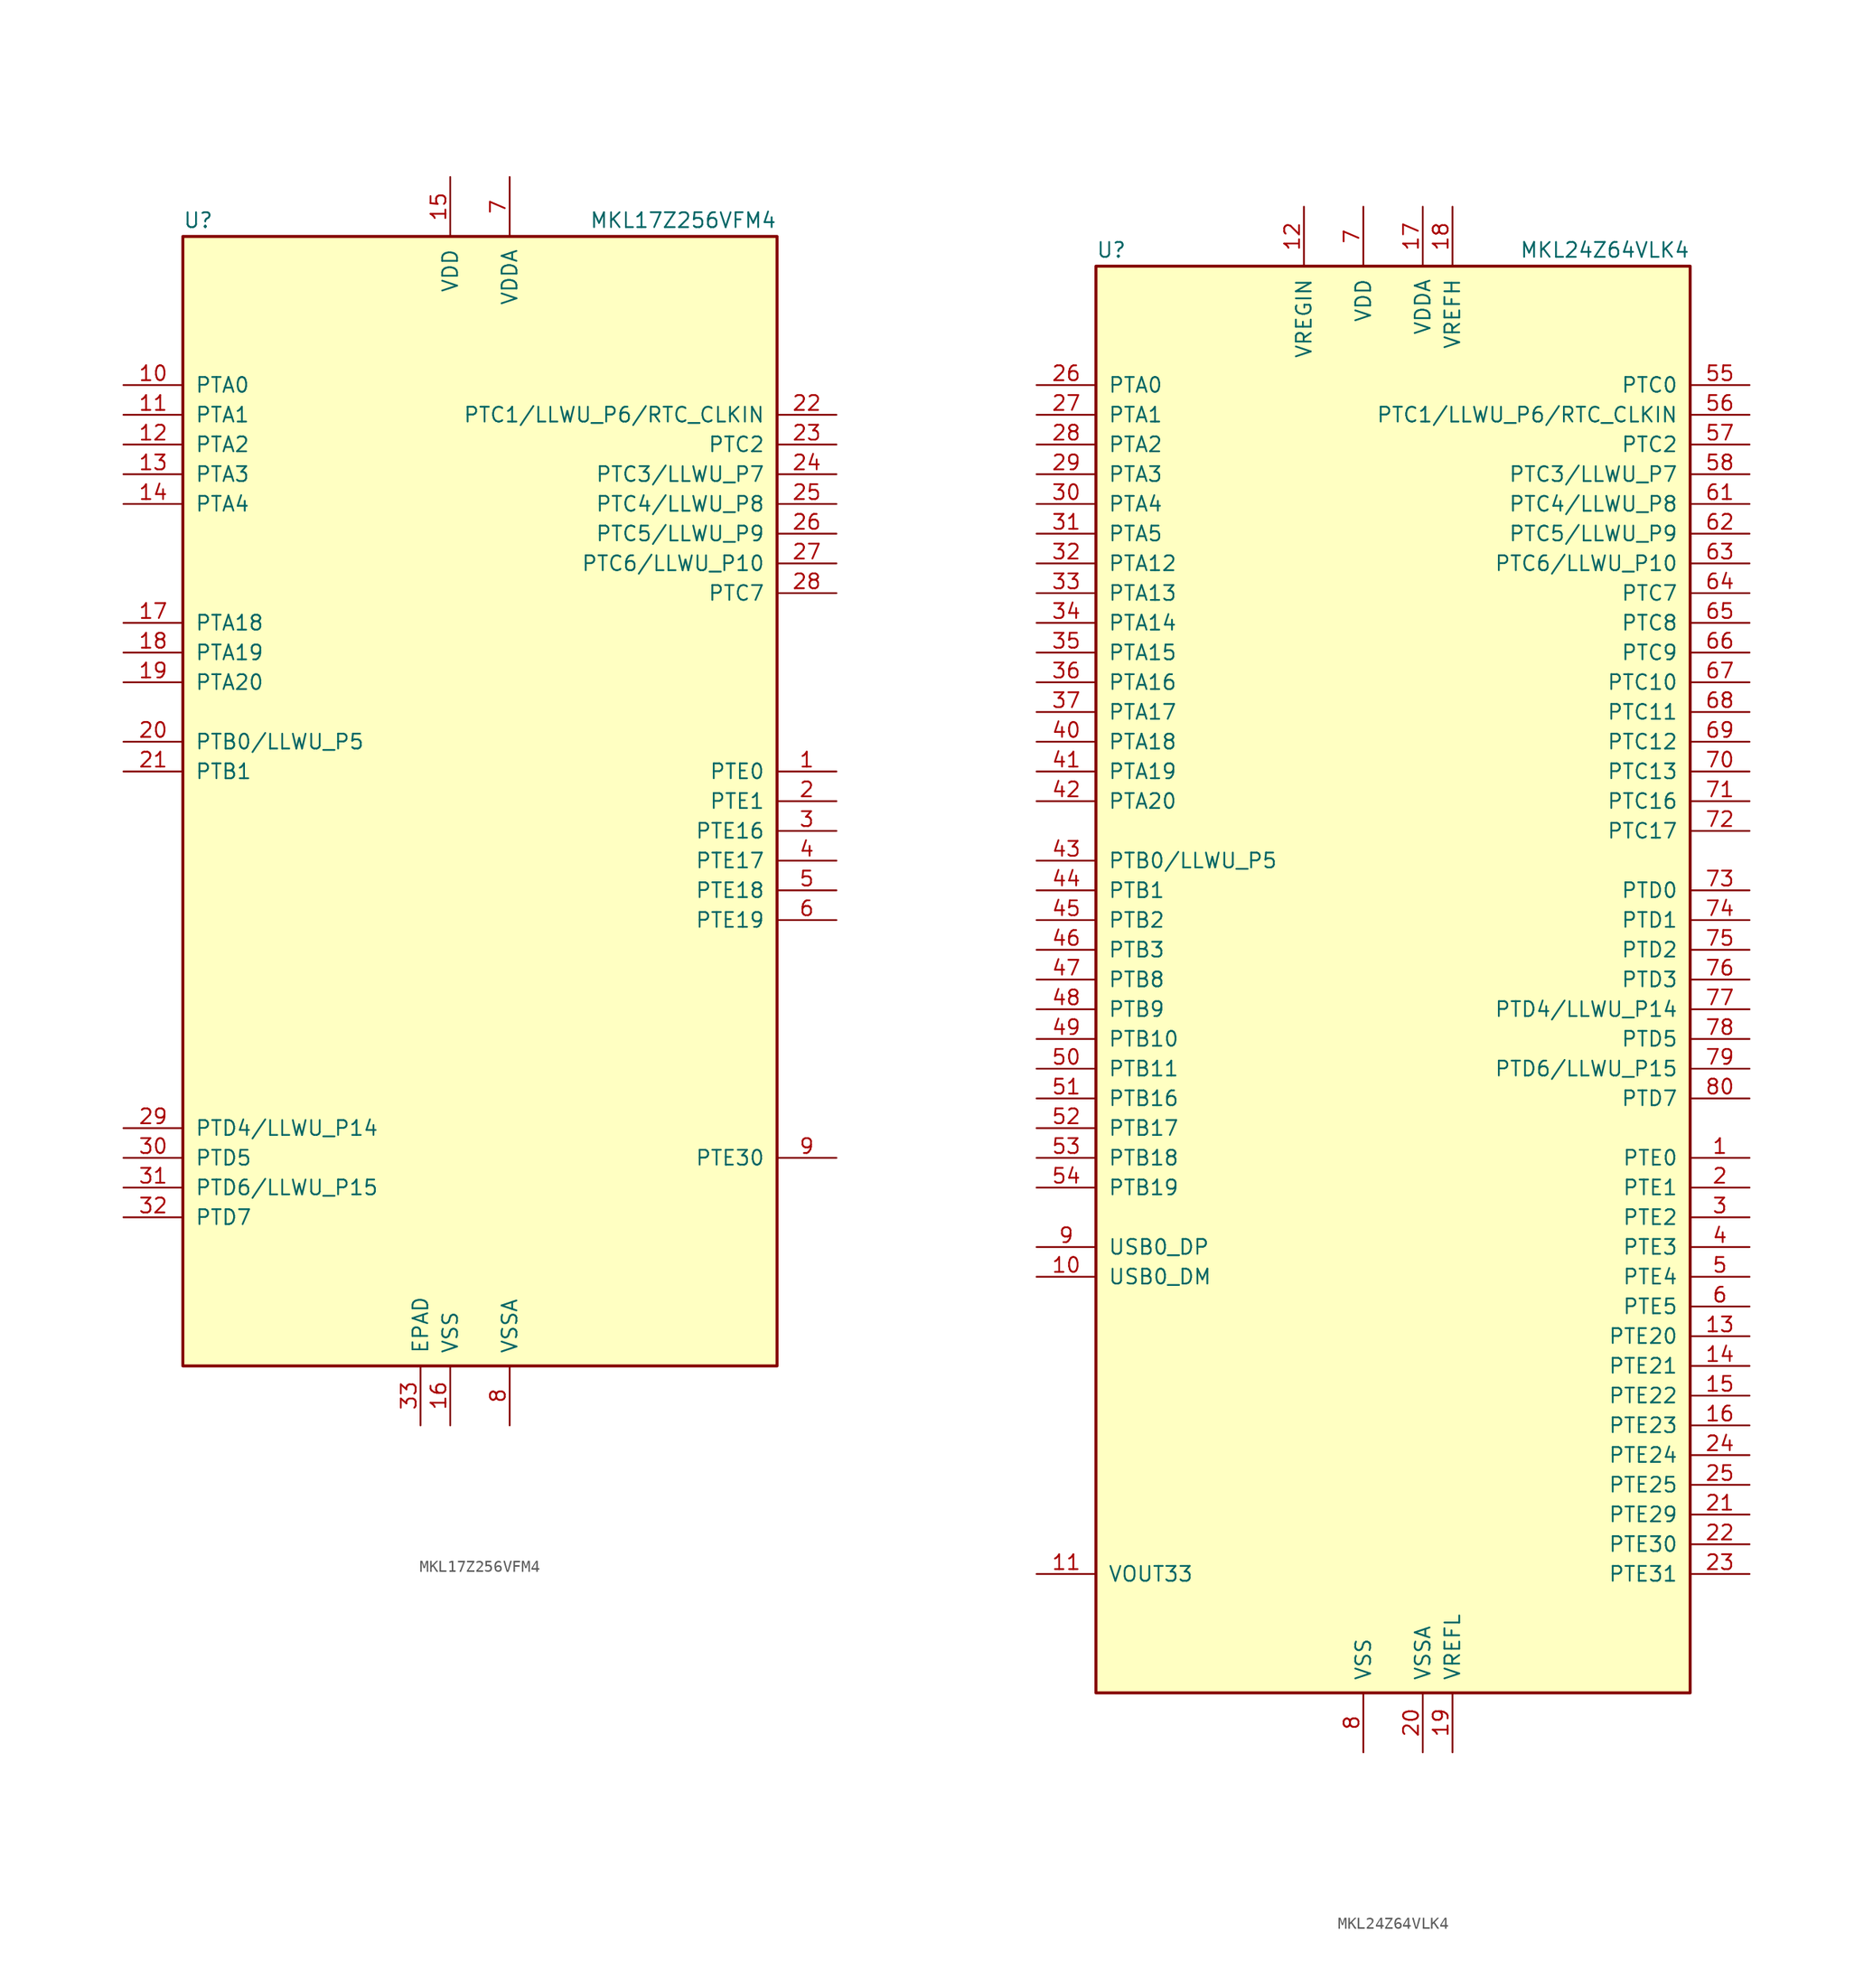
<source format=kicad_sym>
(kicad_symbol_lib
  (version 20211014)
  (generator kicad_symbol_editor)
  (symbol "MKL17Z256VFM4"
    (pin_names
      (offset 1.016))
    (property "Reference" "U"
      (at -25.4 48.895 0)
      (effects (font (size 1.27 1.27)) (justify left bottom)))
    (property "Value" "MKL17Z256VFM4"
      (at 25.4 48.895 0)
      (effects (font (size 1.27 1.27)) (justify right bottom)))
    (symbol "MKL17Z256VFM4_0_1"
      (rectangle (start -25.4 48.26) (end 25.4 -48.26) (stroke (width 0.254) (type default) (color 0 0 0 0)) (fill (type background))))
    (symbol "MKL17Z256VFM4_1_1"
      (pin bidirectional line (at 30.48 2.54 180) (length 5.08) (name "PTE0" (effects (font (size 1.27 1.27)))) (number "1" (effects (font (size 1.27 1.27)))))
      (pin bidirectional line (at -30.48 35.56 0) (length 5.08) (name "PTA0" (effects (font (size 1.27 1.27)))) (number "10" (effects (font (size 1.27 1.27)))))
      (pin bidirectional line (at -30.48 33.02 0) (length 5.08) (name "PTA1" (effects (font (size 1.27 1.27)))) (number "11" (effects (font (size 1.27 1.27)))))
      (pin bidirectional line (at -30.48 30.48 0) (length 5.08) (name "PTA2" (effects (font (size 1.27 1.27)))) (number "12" (effects (font (size 1.27 1.27)))))
      (pin bidirectional line (at -30.48 27.94 0) (length 5.08) (name "PTA3" (effects (font (size 1.27 1.27)))) (number "13" (effects (font (size 1.27 1.27)))))
      (pin bidirectional line (at -30.48 25.4 0) (length 5.08) (name "PTA4" (effects (font (size 1.27 1.27)))) (number "14" (effects (font (size 1.27 1.27)))))
      (pin power_in line (at -2.54 53.34 270) (length 5.08) (name "VDD" (effects (font (size 1.27 1.27)))) (number "15" (effects (font (size 1.27 1.27)))))
      (pin power_in line (at -2.54 -53.34 90) (length 5.08) (name "VSS" (effects (font (size 1.27 1.27)))) (number "16" (effects (font (size 1.27 1.27)))))
      (pin bidirectional line (at -30.48 15.24 0) (length 5.08) (name "PTA18" (effects (font (size 1.27 1.27)))) (number "17" (effects (font (size 1.27 1.27)))))
      (pin bidirectional line (at -30.48 12.7 0) (length 5.08) (name "PTA19" (effects (font (size 1.27 1.27)))) (number "18" (effects (font (size 1.27 1.27)))))
      (pin bidirectional line (at -30.48 10.16 0) (length 5.08) (name "PTA20" (effects (font (size 1.27 1.27)))) (number "19" (effects (font (size 1.27 1.27)))))
      (pin bidirectional line (at 30.48 0 180) (length 5.08) (name "PTE1" (effects (font (size 1.27 1.27)))) (number "2" (effects (font (size 1.27 1.27)))))
      (pin bidirectional line (at -30.48 5.08 0) (length 5.08) (name "PTB0/LLWU_P5" (effects (font (size 1.27 1.27)))) (number "20" (effects (font (size 1.27 1.27)))))
      (pin bidirectional line (at -30.48 2.54 0) (length 5.08) (name "PTB1" (effects (font (size 1.27 1.27)))) (number "21" (effects (font (size 1.27 1.27)))))
      (pin bidirectional line (at 30.48 33.02 180) (length 5.08) (name "PTC1/LLWU_P6/RTC_CLKIN" (effects (font (size 1.27 1.27)))) (number "22" (effects (font (size 1.27 1.27)))))
      (pin bidirectional line (at 30.48 30.48 180) (length 5.08) (name "PTC2" (effects (font (size 1.27 1.27)))) (number "23" (effects (font (size 1.27 1.27)))))
      (pin bidirectional line (at 30.48 27.94 180) (length 5.08) (name "PTC3/LLWU_P7" (effects (font (size 1.27 1.27)))) (number "24" (effects (font (size 1.27 1.27)))))
      (pin bidirectional line (at 30.48 25.4 180) (length 5.08) (name "PTC4/LLWU_P8" (effects (font (size 1.27 1.27)))) (number "25" (effects (font (size 1.27 1.27)))))
      (pin bidirectional line (at 30.48 22.86 180) (length 5.08) (name "PTC5/LLWU_P9" (effects (font (size 1.27 1.27)))) (number "26" (effects (font (size 1.27 1.27)))))
      (pin bidirectional line (at 30.48 20.32 180) (length 5.08) (name "PTC6/LLWU_P10" (effects (font (size 1.27 1.27)))) (number "27" (effects (font (size 1.27 1.27)))))
      (pin bidirectional line (at 30.48 17.78 180) (length 5.08) (name "PTC7" (effects (font (size 1.27 1.27)))) (number "28" (effects (font (size 1.27 1.27)))))
      (pin bidirectional line (at -30.48 -27.94 0) (length 5.08) (name "PTD4/LLWU_P14" (effects (font (size 1.27 1.27)))) (number "29" (effects (font (size 1.27 1.27)))))
      (pin bidirectional line (at 30.48 -2.54 180) (length 5.08) (name "PTE16" (effects (font (size 1.27 1.27)))) (number "3" (effects (font (size 1.27 1.27)))))
      (pin bidirectional line (at -30.48 -30.48 0) (length 5.08) (name "PTD5" (effects (font (size 1.27 1.27)))) (number "30" (effects (font (size 1.27 1.27)))))
      (pin bidirectional line (at -30.48 -33.02 0) (length 5.08) (name "PTD6/LLWU_P15" (effects (font (size 1.27 1.27)))) (number "31" (effects (font (size 1.27 1.27)))))
      (pin bidirectional line (at -30.48 -35.56 0) (length 5.08) (name "PTD7" (effects (font (size 1.27 1.27)))) (number "32" (effects (font (size 1.27 1.27)))))
      (pin power_in line (at -5.08 -53.34 90) (length 5.08) (name "EPAD" (effects (font (size 1.27 1.27)))) (number "33" (effects (font (size 1.27 1.27)))))
      (pin bidirectional line (at 30.48 -5.08 180) (length 5.08) (name "PTE17" (effects (font (size 1.27 1.27)))) (number "4" (effects (font (size 1.27 1.27)))))
      (pin bidirectional line (at 30.48 -7.62 180) (length 5.08) (name "PTE18" (effects (font (size 1.27 1.27)))) (number "5" (effects (font (size 1.27 1.27)))))
      (pin bidirectional line (at 30.48 -10.16 180) (length 5.08) (name "PTE19" (effects (font (size 1.27 1.27)))) (number "6" (effects (font (size 1.27 1.27)))))
      (pin power_in line (at 2.54 53.34 270) (length 5.08) (name "VDDA" (effects (font (size 1.27 1.27)))) (number "7" (effects (font (size 1.27 1.27)))))
      (pin power_in line (at 2.54 -53.34 90) (length 5.08) (name "VSSA" (effects (font (size 1.27 1.27)))) (number "8" (effects (font (size 1.27 1.27)))))
      (pin bidirectional line (at 30.48 -30.48 180) (length 5.08) (name "PTE30" (effects (font (size 1.27 1.27)))) (number "9" (effects (font (size 1.27 1.27)))))))
  (symbol "MKL24Z64VLK4"
    (pin_names
      (offset 1.016))
    (property "Reference" "U"
      (at -25.4 61.595 0)
      (effects (font (size 1.27 1.27)) (justify left bottom)))
    (property "Value" "MKL24Z64VLK4"
      (at 25.4 61.595 0)
      (effects (font (size 1.27 1.27)) (justify right bottom)))
    (symbol "MKL24Z64VLK4_0_1"
      (rectangle (start -25.4 60.96) (end 25.4 -60.96) (stroke (width 0.254) (type default) (color 0 0 0 0)) (fill (type background))))
    (symbol "MKL24Z64VLK4_1_1"
      (pin bidirectional line (at 30.48 -15.24 180) (length 5.08) (name "PTE0" (effects (font (size 1.27 1.27)))) (number "1" (effects (font (size 1.27 1.27)))))
      (pin bidirectional line (at -30.48 -25.4 0) (length 5.08) (name "USB0_DM" (effects (font (size 1.27 1.27)))) (number "10" (effects (font (size 1.27 1.27)))))
      (pin power_out line (at -30.48 -50.8 0) (length 5.08) (name "VOUT33" (effects (font (size 1.27 1.27)))) (number "11" (effects (font (size 1.27 1.27)))))
      (pin power_in line (at -7.62 66.04 270) (length 5.08) (name "VREGIN" (effects (font (size 1.27 1.27)))) (number "12" (effects (font (size 1.27 1.27)))))
      (pin bidirectional line (at 30.48 -30.48 180) (length 5.08) (name "PTE20" (effects (font (size 1.27 1.27)))) (number "13" (effects (font (size 1.27 1.27)))))
      (pin bidirectional line (at 30.48 -33.02 180) (length 5.08) (name "PTE21" (effects (font (size 1.27 1.27)))) (number "14" (effects (font (size 1.27 1.27)))))
      (pin bidirectional line (at 30.48 -35.56 180) (length 5.08) (name "PTE22" (effects (font (size 1.27 1.27)))) (number "15" (effects (font (size 1.27 1.27)))))
      (pin bidirectional line (at 30.48 -38.1 180) (length 5.08) (name "PTE23" (effects (font (size 1.27 1.27)))) (number "16" (effects (font (size 1.27 1.27)))))
      (pin power_in line (at 2.54 66.04 270) (length 5.08) (name "VDDA" (effects (font (size 1.27 1.27)))) (number "17" (effects (font (size 1.27 1.27)))))
      (pin power_in line (at 5.08 66.04 270) (length 5.08) (name "VREFH" (effects (font (size 1.27 1.27)))) (number "18" (effects (font (size 1.27 1.27)))))
      (pin power_in line (at 5.08 -66.04 90) (length 5.08) (name "VREFL" (effects (font (size 1.27 1.27)))) (number "19" (effects (font (size 1.27 1.27)))))
      (pin bidirectional line (at 30.48 -17.78 180) (length 5.08) (name "PTE1" (effects (font (size 1.27 1.27)))) (number "2" (effects (font (size 1.27 1.27)))))
      (pin power_in line (at 2.54 -66.04 90) (length 5.08) (name "VSSA" (effects (font (size 1.27 1.27)))) (number "20" (effects (font (size 1.27 1.27)))))
      (pin bidirectional line (at 30.48 -45.72 180) (length 5.08) (name "PTE29" (effects (font (size 1.27 1.27)))) (number "21" (effects (font (size 1.27 1.27)))))
      (pin bidirectional line (at 30.48 -48.26 180) (length 5.08) (name "PTE30" (effects (font (size 1.27 1.27)))) (number "22" (effects (font (size 1.27 1.27)))))
      (pin bidirectional line (at 30.48 -50.8 180) (length 5.08) (name "PTE31" (effects (font (size 1.27 1.27)))) (number "23" (effects (font (size 1.27 1.27)))))
      (pin bidirectional line (at 30.48 -40.64 180) (length 5.08) (name "PTE24" (effects (font (size 1.27 1.27)))) (number "24" (effects (font (size 1.27 1.27)))))
      (pin bidirectional line (at 30.48 -43.18 180) (length 5.08) (name "PTE25" (effects (font (size 1.27 1.27)))) (number "25" (effects (font (size 1.27 1.27)))))
      (pin bidirectional line (at -30.48 50.8 0) (length 5.08) (name "PTA0" (effects (font (size 1.27 1.27)))) (number "26" (effects (font (size 1.27 1.27)))))
      (pin bidirectional line (at -30.48 48.26 0) (length 5.08) (name "PTA1" (effects (font (size 1.27 1.27)))) (number "27" (effects (font (size 1.27 1.27)))))
      (pin bidirectional line (at -30.48 45.72 0) (length 5.08) (name "PTA2" (effects (font (size 1.27 1.27)))) (number "28" (effects (font (size 1.27 1.27)))))
      (pin bidirectional line (at -30.48 43.18 0) (length 5.08) (name "PTA3" (effects (font (size 1.27 1.27)))) (number "29" (effects (font (size 1.27 1.27)))))
      (pin bidirectional line (at 30.48 -20.32 180) (length 5.08) (name "PTE2" (effects (font (size 1.27 1.27)))) (number "3" (effects (font (size 1.27 1.27)))))
      (pin bidirectional line (at -30.48 40.64 0) (length 5.08) (name "PTA4" (effects (font (size 1.27 1.27)))) (number "30" (effects (font (size 1.27 1.27)))))
      (pin bidirectional line (at -30.48 38.1 0) (length 5.08) (name "PTA5" (effects (font (size 1.27 1.27)))) (number "31" (effects (font (size 1.27 1.27)))))
      (pin bidirectional line (at -30.48 35.56 0) (length 5.08) (name "PTA12" (effects (font (size 1.27 1.27)))) (number "32" (effects (font (size 1.27 1.27)))))
      (pin bidirectional line (at -30.48 33.02 0) (length 5.08) (name "PTA13" (effects (font (size 1.27 1.27)))) (number "33" (effects (font (size 1.27 1.27)))))
      (pin bidirectional line (at -30.48 30.48 0) (length 5.08) (name "PTA14" (effects (font (size 1.27 1.27)))) (number "34" (effects (font (size 1.27 1.27)))))
      (pin bidirectional line (at -30.48 27.94 0) (length 5.08) (name "PTA15" (effects (font (size 1.27 1.27)))) (number "35" (effects (font (size 1.27 1.27)))))
      (pin bidirectional line (at -30.48 25.4 0) (length 5.08) (name "PTA16" (effects (font (size 1.27 1.27)))) (number "36" (effects (font (size 1.27 1.27)))))
      (pin bidirectional line (at -30.48 22.86 0) (length 5.08) (name "PTA17" (effects (font (size 1.27 1.27)))) (number "37" (effects (font (size 1.27 1.27)))))
      (pin passive line (at -2.54 66.04 270) (length 5.08) hide (name "VDD" (effects (font (size 1.27 1.27)))) (number "38" (effects (font (size 1.27 1.27)))))
      (pin passive line (at -2.54 -66.04 90) (length 5.08) hide (name "VSS" (effects (font (size 1.27 1.27)))) (number "39" (effects (font (size 1.27 1.27)))))
      (pin bidirectional line (at 30.48 -22.86 180) (length 5.08) (name "PTE3" (effects (font (size 1.27 1.27)))) (number "4" (effects (font (size 1.27 1.27)))))
      (pin bidirectional line (at -30.48 20.32 0) (length 5.08) (name "PTA18" (effects (font (size 1.27 1.27)))) (number "40" (effects (font (size 1.27 1.27)))))
      (pin bidirectional line (at -30.48 17.78 0) (length 5.08) (name "PTA19" (effects (font (size 1.27 1.27)))) (number "41" (effects (font (size 1.27 1.27)))))
      (pin bidirectional line (at -30.48 15.24 0) (length 5.08) (name "PTA20" (effects (font (size 1.27 1.27)))) (number "42" (effects (font (size 1.27 1.27)))))
      (pin bidirectional line (at -30.48 10.16 0) (length 5.08) (name "PTB0/LLWU_P5" (effects (font (size 1.27 1.27)))) (number "43" (effects (font (size 1.27 1.27)))))
      (pin bidirectional line (at -30.48 7.62 0) (length 5.08) (name "PTB1" (effects (font (size 1.27 1.27)))) (number "44" (effects (font (size 1.27 1.27)))))
      (pin bidirectional line (at -30.48 5.08 0) (length 5.08) (name "PTB2" (effects (font (size 1.27 1.27)))) (number "45" (effects (font (size 1.27 1.27)))))
      (pin bidirectional line (at -30.48 2.54 0) (length 5.08) (name "PTB3" (effects (font (size 1.27 1.27)))) (number "46" (effects (font (size 1.27 1.27)))))
      (pin bidirectional line (at -30.48 0 0) (length 5.08) (name "PTB8" (effects (font (size 1.27 1.27)))) (number "47" (effects (font (size 1.27 1.27)))))
      (pin bidirectional line (at -30.48 -2.54 0) (length 5.08) (name "PTB9" (effects (font (size 1.27 1.27)))) (number "48" (effects (font (size 1.27 1.27)))))
      (pin bidirectional line (at -30.48 -5.08 0) (length 5.08) (name "PTB10" (effects (font (size 1.27 1.27)))) (number "49" (effects (font (size 1.27 1.27)))))
      (pin bidirectional line (at 30.48 -25.4 180) (length 5.08) (name "PTE4" (effects (font (size 1.27 1.27)))) (number "5" (effects (font (size 1.27 1.27)))))
      (pin bidirectional line (at -30.48 -7.62 0) (length 5.08) (name "PTB11" (effects (font (size 1.27 1.27)))) (number "50" (effects (font (size 1.27 1.27)))))
      (pin bidirectional line (at -30.48 -10.16 0) (length 5.08) (name "PTB16" (effects (font (size 1.27 1.27)))) (number "51" (effects (font (size 1.27 1.27)))))
      (pin bidirectional line (at -30.48 -12.7 0) (length 5.08) (name "PTB17" (effects (font (size 1.27 1.27)))) (number "52" (effects (font (size 1.27 1.27)))))
      (pin bidirectional line (at -30.48 -15.24 0) (length 5.08) (name "PTB18" (effects (font (size 1.27 1.27)))) (number "53" (effects (font (size 1.27 1.27)))))
      (pin bidirectional line (at -30.48 -17.78 0) (length 5.08) (name "PTB19" (effects (font (size 1.27 1.27)))) (number "54" (effects (font (size 1.27 1.27)))))
      (pin bidirectional line (at 30.48 50.8 180) (length 5.08) (name "PTC0" (effects (font (size 1.27 1.27)))) (number "55" (effects (font (size 1.27 1.27)))))
      (pin bidirectional line (at 30.48 48.26 180) (length 5.08) (name "PTC1/LLWU_P6/RTC_CLKIN" (effects (font (size 1.27 1.27)))) (number "56" (effects (font (size 1.27 1.27)))))
      (pin bidirectional line (at 30.48 45.72 180) (length 5.08) (name "PTC2" (effects (font (size 1.27 1.27)))) (number "57" (effects (font (size 1.27 1.27)))))
      (pin bidirectional line (at 30.48 43.18 180) (length 5.08) (name "PTC3/LLWU_P7" (effects (font (size 1.27 1.27)))) (number "58" (effects (font (size 1.27 1.27)))))
      (pin passive line (at -2.54 -66.04 90) (length 5.08) hide (name "VSS" (effects (font (size 1.27 1.27)))) (number "59" (effects (font (size 1.27 1.27)))))
      (pin bidirectional line (at 30.48 -27.94 180) (length 5.08) (name "PTE5" (effects (font (size 1.27 1.27)))) (number "6" (effects (font (size 1.27 1.27)))))
      (pin passive line (at -2.54 66.04 270) (length 5.08) hide (name "VDD" (effects (font (size 1.27 1.27)))) (number "60" (effects (font (size 1.27 1.27)))))
      (pin bidirectional line (at 30.48 40.64 180) (length 5.08) (name "PTC4/LLWU_P8" (effects (font (size 1.27 1.27)))) (number "61" (effects (font (size 1.27 1.27)))))
      (pin bidirectional line (at 30.48 38.1 180) (length 5.08) (name "PTC5/LLWU_P9" (effects (font (size 1.27 1.27)))) (number "62" (effects (font (size 1.27 1.27)))))
      (pin bidirectional line (at 30.48 35.56 180) (length 5.08) (name "PTC6/LLWU_P10" (effects (font (size 1.27 1.27)))) (number "63" (effects (font (size 1.27 1.27)))))
      (pin bidirectional line (at 30.48 33.02 180) (length 5.08) (name "PTC7" (effects (font (size 1.27 1.27)))) (number "64" (effects (font (size 1.27 1.27)))))
      (pin bidirectional line (at 30.48 30.48 180) (length 5.08) (name "PTC8" (effects (font (size 1.27 1.27)))) (number "65" (effects (font (size 1.27 1.27)))))
      (pin bidirectional line (at 30.48 27.94 180) (length 5.08) (name "PTC9" (effects (font (size 1.27 1.27)))) (number "66" (effects (font (size 1.27 1.27)))))
      (pin bidirectional line (at 30.48 25.4 180) (length 5.08) (name "PTC10" (effects (font (size 1.27 1.27)))) (number "67" (effects (font (size 1.27 1.27)))))
      (pin bidirectional line (at 30.48 22.86 180) (length 5.08) (name "PTC11" (effects (font (size 1.27 1.27)))) (number "68" (effects (font (size 1.27 1.27)))))
      (pin bidirectional line (at 30.48 20.32 180) (length 5.08) (name "PTC12" (effects (font (size 1.27 1.27)))) (number "69" (effects (font (size 1.27 1.27)))))
      (pin power_in line (at -2.54 66.04 270) (length 5.08) (name "VDD" (effects (font (size 1.27 1.27)))) (number "7" (effects (font (size 1.27 1.27)))))
      (pin bidirectional line (at 30.48 17.78 180) (length 5.08) (name "PTC13" (effects (font (size 1.27 1.27)))) (number "70" (effects (font (size 1.27 1.27)))))
      (pin bidirectional line (at 30.48 15.24 180) (length 5.08) (name "PTC16" (effects (font (size 1.27 1.27)))) (number "71" (effects (font (size 1.27 1.27)))))
      (pin bidirectional line (at 30.48 12.7 180) (length 5.08) (name "PTC17" (effects (font (size 1.27 1.27)))) (number "72" (effects (font (size 1.27 1.27)))))
      (pin bidirectional line (at 30.48 7.62 180) (length 5.08) (name "PTD0" (effects (font (size 1.27 1.27)))) (number "73" (effects (font (size 1.27 1.27)))))
      (pin bidirectional line (at 30.48 5.08 180) (length 5.08) (name "PTD1" (effects (font (size 1.27 1.27)))) (number "74" (effects (font (size 1.27 1.27)))))
      (pin bidirectional line (at 30.48 2.54 180) (length 5.08) (name "PTD2" (effects (font (size 1.27 1.27)))) (number "75" (effects (font (size 1.27 1.27)))))
      (pin bidirectional line (at 30.48 0 180) (length 5.08) (name "PTD3" (effects (font (size 1.27 1.27)))) (number "76" (effects (font (size 1.27 1.27)))))
      (pin bidirectional line (at 30.48 -2.54 180) (length 5.08) (name "PTD4/LLWU_P14" (effects (font (size 1.27 1.27)))) (number "77" (effects (font (size 1.27 1.27)))))
      (pin bidirectional line (at 30.48 -5.08 180) (length 5.08) (name "PTD5" (effects (font (size 1.27 1.27)))) (number "78" (effects (font (size 1.27 1.27)))))
      (pin bidirectional line (at 30.48 -7.62 180) (length 5.08) (name "PTD6/LLWU_P15" (effects (font (size 1.27 1.27)))) (number "79" (effects (font (size 1.27 1.27)))))
      (pin power_in line (at -2.54 -66.04 90) (length 5.08) (name "VSS" (effects (font (size 1.27 1.27)))) (number "8" (effects (font (size 1.27 1.27)))))
      (pin bidirectional line (at 30.48 -10.16 180) (length 5.08) (name "PTD7" (effects (font (size 1.27 1.27)))) (number "80" (effects (font (size 1.27 1.27)))))
      (pin bidirectional line (at -30.48 -22.86 0) (length 5.08) (name "USB0_DP" (effects (font (size 1.27 1.27)))) (number "9" (effects (font (size 1.27 1.27))))))))
</source>
